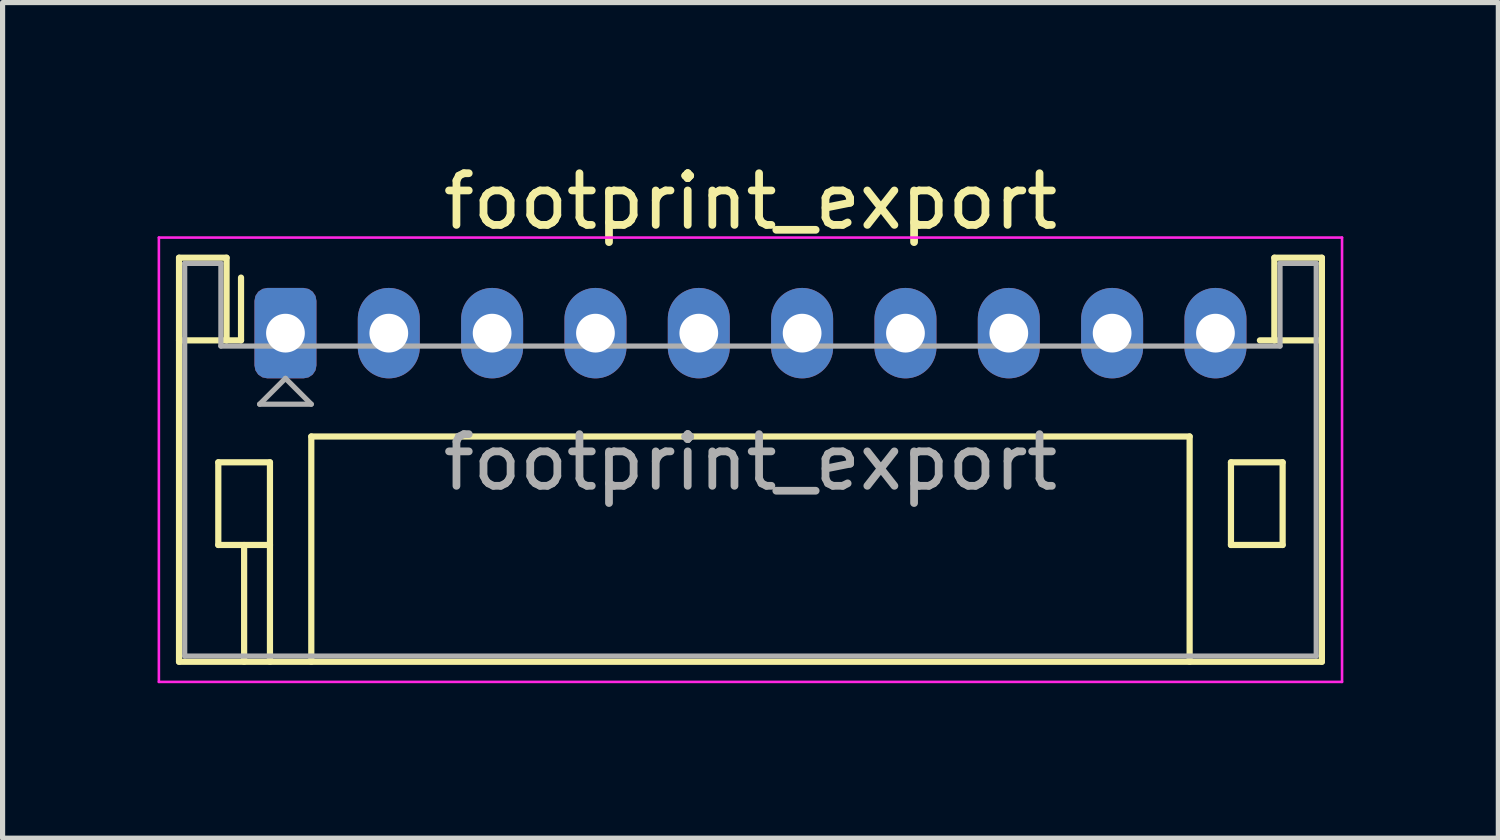
<source format=kicad_pcb>
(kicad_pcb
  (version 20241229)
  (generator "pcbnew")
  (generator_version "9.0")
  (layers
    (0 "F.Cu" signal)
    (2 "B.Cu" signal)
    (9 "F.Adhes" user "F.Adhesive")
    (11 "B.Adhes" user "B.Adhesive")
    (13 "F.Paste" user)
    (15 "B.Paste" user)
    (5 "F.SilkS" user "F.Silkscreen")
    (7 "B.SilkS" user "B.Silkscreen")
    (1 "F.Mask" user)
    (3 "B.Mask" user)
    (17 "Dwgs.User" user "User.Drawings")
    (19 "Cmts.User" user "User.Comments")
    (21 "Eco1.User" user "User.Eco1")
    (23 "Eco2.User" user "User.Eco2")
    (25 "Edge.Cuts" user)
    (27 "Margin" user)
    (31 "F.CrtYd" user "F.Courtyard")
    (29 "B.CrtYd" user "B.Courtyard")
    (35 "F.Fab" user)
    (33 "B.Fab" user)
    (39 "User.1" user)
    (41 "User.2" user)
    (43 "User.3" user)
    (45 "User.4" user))
  (footprint "footprint_export"
    (layer "F.Cu")
    (at 2.475 3.398)
    (property "Reference" "footprint_export" (at 9 -2.55 0) (layer "F.SilkS") (effects (font (size 1 1) (thickness 0.15))))
    (attr through_hole)
    (fp_line (start -2.06 -1.46) (end -2.06 6.36) (stroke (width 0.12) (type solid)) (layer "F.SilkS"))
    (fp_line (start -2.06 0.14) (end -1.14 0.14) (stroke (width 0.12) (type solid)) (layer "F.SilkS"))
    (fp_line (start -2.06 6.36) (end 20.06 6.36) (stroke (width 0.12) (type solid)) (layer "F.SilkS"))
    (fp_line (start -1.3 2.5) (end -1.3 4.1) (stroke (width 0.12) (type solid)) (layer "F.SilkS"))
    (fp_line (start -1.3 4.1) (end -0.3 4.1) (stroke (width 0.12) (type solid)) (layer "F.SilkS"))
    (fp_line (start -1.14 -1.46) (end -2.06 -1.46) (stroke (width 0.12) (type solid)) (layer "F.SilkS"))
    (fp_line (start -1.14 0.14) (end -1.14 -1.46) (stroke (width 0.12) (type solid)) (layer "F.SilkS"))
    (fp_line (start -0.86 0.14) (end -1.14 0.14) (stroke (width 0.12) (type solid)) (layer "F.SilkS"))
    (fp_line (start -0.86 0.14) (end -0.86 -1.075) (stroke (width 0.12) (type solid)) (layer "F.SilkS"))
    (fp_line (start -0.8 4.1) (end -0.8 6.36) (stroke (width 0.12) (type solid)) (layer "F.SilkS"))
    (fp_line (start -0.3 2.5) (end -1.3 2.5) (stroke (width 0.12) (type solid)) (layer "F.SilkS"))
    (fp_line (start -0.3 4.1) (end -0.3 2.5) (stroke (width 0.12) (type solid)) (layer "F.SilkS"))
    (fp_line (start -0.3 4.1) (end -0.3 6.36) (stroke (width 0.12) (type solid)) (layer "F.SilkS"))
    (fp_line (start 0.5 2) (end 17.5 2) (stroke (width 0.12) (type solid)) (layer "F.SilkS"))
    (fp_line (start 0.5 6.36) (end 0.5 2) (stroke (width 0.12) (type solid)) (layer "F.SilkS"))
    (fp_line (start 17.5 2) (end 17.5 6.36) (stroke (width 0.12) (type solid)) (layer "F.SilkS"))
    (fp_line (start 18.3 2.5) (end 19.3 2.5) (stroke (width 0.12) (type solid)) (layer "F.SilkS"))
    (fp_line (start 18.3 4.1) (end 18.3 2.5) (stroke (width 0.12) (type solid)) (layer "F.SilkS"))
    (fp_line (start 19.14 -1.46) (end 19.14 0.14) (stroke (width 0.12) (type solid)) (layer "F.SilkS"))
    (fp_line (start 19.14 0.14) (end 18.86 0.14) (stroke (width 0.12) (type solid)) (layer "F.SilkS"))
    (fp_line (start 19.3 2.5) (end 19.3 4.1) (stroke (width 0.12) (type solid)) (layer "F.SilkS"))
    (fp_line (start 19.3 4.1) (end 18.3 4.1) (stroke (width 0.12) (type solid)) (layer "F.SilkS"))
    (fp_line (start 20.06 -1.46) (end 19.14 -1.46) (stroke (width 0.12) (type solid)) (layer "F.SilkS"))
    (fp_line (start 20.06 0.14) (end 19.14 0.14) (stroke (width 0.12) (type solid)) (layer "F.SilkS"))
    (fp_line (start 20.06 6.36) (end 20.06 -1.46) (stroke (width 0.12) (type solid)) (layer "F.SilkS"))
    (fp_line (start -2.45 -1.85) (end -2.45 6.75) (stroke (width 0.05) (type solid)) (layer "F.CrtYd"))
    (fp_line (start -2.45 6.75) (end 20.45 6.75) (stroke (width 0.05) (type solid)) (layer "F.CrtYd"))
    (fp_line (start 20.45 -1.85) (end -2.45 -1.85) (stroke (width 0.05) (type solid)) (layer "F.CrtYd"))
    (fp_line (start 20.45 6.75) (end 20.45 -1.85) (stroke (width 0.05) (type solid)) (layer "F.CrtYd"))
    (fp_line (start -1.95 -1.35) (end -1.95 6.25) (stroke (width 0.1) (type solid)) (layer "F.Fab"))
    (fp_line (start -1.95 6.25) (end 19.95 6.25) (stroke (width 0.1) (type solid)) (layer "F.Fab"))
    (fp_line (start -1.25 -1.35) (end -1.95 -1.35) (stroke (width 0.1) (type solid)) (layer "F.Fab"))
    (fp_line (start -1.25 0.25) (end -1.25 -1.35) (stroke (width 0.1) (type solid)) (layer "F.Fab"))
    (fp_line (start -0.5 1.375) (end 0.5 1.375) (stroke (width 0.1) (type solid)) (layer "F.Fab"))
    (fp_line (start 0 0.875) (end -0.5 1.375) (stroke (width 0.1) (type solid)) (layer "F.Fab"))
    (fp_line (start 0.5 1.375) (end 0 0.875) (stroke (width 0.1) (type solid)) (layer "F.Fab"))
    (fp_line (start 19.25 -1.35) (end 19.25 0.25) (stroke (width 0.1) (type solid)) (layer "F.Fab"))
    (fp_line (start 19.25 0.25) (end -1.25 0.25) (stroke (width 0.1) (type solid)) (layer "F.Fab"))
    (fp_line (start 19.95 -1.35) (end 19.25 -1.35) (stroke (width 0.1) (type solid)) (layer "F.Fab"))
    (fp_line (start 19.95 6.25) (end 19.95 -1.35) (stroke (width 0.1) (type solid)) (layer "F.Fab"))
    (fp_text user "${REFERENCE}" (at 9 2.5 0) (layer "F.Fab") (effects (font (size 1 1) (thickness 0.15))))
    (pad "1" thru_hole roundrect (at 0 0) (size 1.2 1.75) (drill 0.75) (layers "*.Cu" "*.Mask") (roundrect_rratio 0.208))
    (pad "2" thru_hole oval (at 2 0) (size 1.2 1.75) (drill 0.75) (layers "*.Cu" "*.Mask"))
    (pad "3" thru_hole oval (at 4 0) (size 1.2 1.75) (drill 0.75) (layers "*.Cu" "*.Mask"))
    (pad "4" thru_hole oval (at 6 0) (size 1.2 1.75) (drill 0.75) (layers "*.Cu" "*.Mask"))
    (pad "5" thru_hole oval (at 8 0) (size 1.2 1.75) (drill 0.75) (layers "*.Cu" "*.Mask"))
    (pad "6" thru_hole oval (at 10 0) (size 1.2 1.75) (drill 0.75) (layers "*.Cu" "*.Mask"))
    (pad "7" thru_hole oval (at 12 0) (size 1.2 1.75) (drill 0.75) (layers "*.Cu" "*.Mask"))
    (pad "8" thru_hole oval (at 14 0) (size 1.2 1.75) (drill 0.75) (layers "*.Cu" "*.Mask"))
    (pad "9" thru_hole oval (at 16 0) (size 1.2 1.75) (drill 0.75) (layers "*.Cu" "*.Mask"))
    (pad "10" thru_hole oval (at 18 0) (size 1.2 1.75) (drill 0.75) (layers "*.Cu" "*.Mask")))
  (gr_rect
    (start -3 -3)
    (end 25.95 13.173)
    (stroke (width 0.1) (type default))
    (fill no)
    (layer "Edge.Cuts")))
</source>
